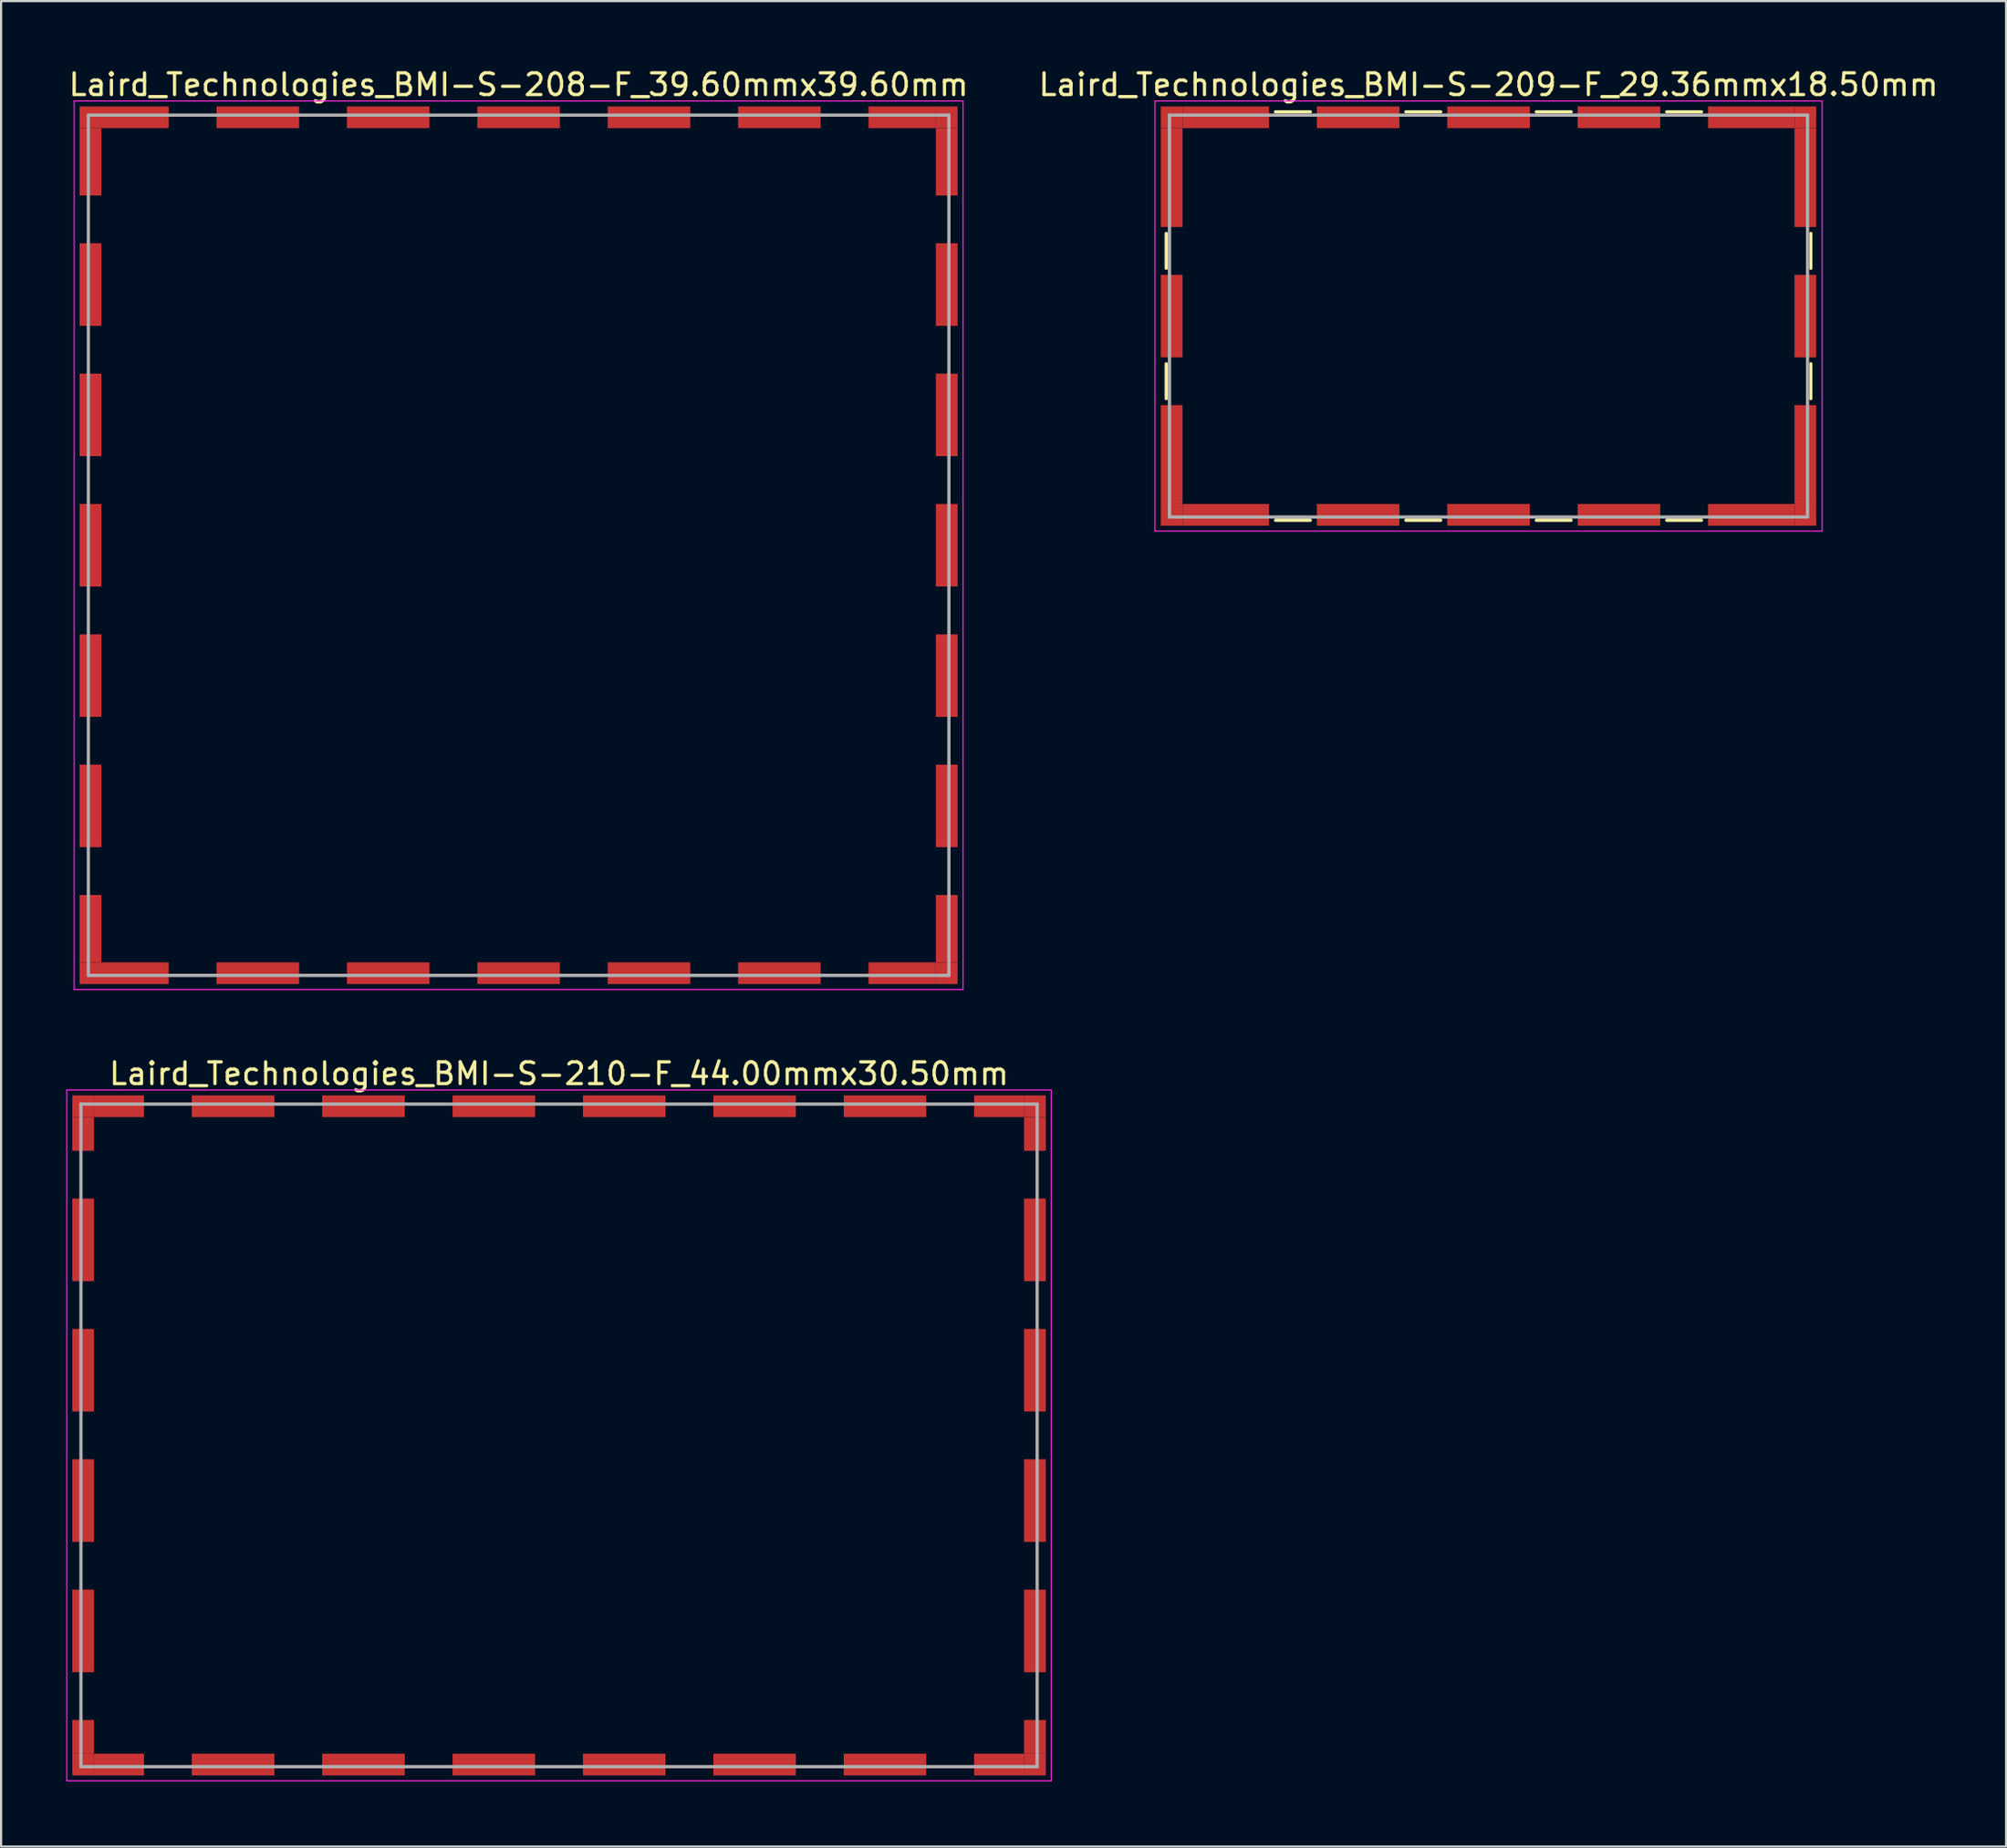
<source format=kicad_pcb>
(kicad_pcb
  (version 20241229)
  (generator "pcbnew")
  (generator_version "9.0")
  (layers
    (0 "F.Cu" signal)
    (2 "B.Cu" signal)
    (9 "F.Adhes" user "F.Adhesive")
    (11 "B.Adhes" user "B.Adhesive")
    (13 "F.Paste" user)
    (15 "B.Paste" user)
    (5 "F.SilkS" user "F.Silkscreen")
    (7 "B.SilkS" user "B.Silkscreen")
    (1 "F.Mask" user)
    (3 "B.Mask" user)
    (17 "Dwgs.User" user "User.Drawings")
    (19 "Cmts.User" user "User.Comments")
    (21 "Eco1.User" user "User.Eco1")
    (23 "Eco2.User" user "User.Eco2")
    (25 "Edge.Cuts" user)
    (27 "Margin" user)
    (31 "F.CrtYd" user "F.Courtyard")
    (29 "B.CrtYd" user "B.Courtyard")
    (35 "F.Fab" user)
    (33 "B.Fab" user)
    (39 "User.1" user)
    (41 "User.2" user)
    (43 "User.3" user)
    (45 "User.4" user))
  (footprint "Laird_Technologies_BMI-S-208-F_39.60mmx39.60mm"
    (layer "F.Cu")
    (at 20.815 22.048)
    (property "Reference" "Laird_Technologies_BMI-S-208-F_39.60mmx39.60mm" (at 0 -21.2 0) (layer "F.SilkS") (effects (font (size 1 1) (thickness 0.15))))
    (attr smd)
    (fp_line (start -20.45 -20.45) (end -20.45 20.45) (stroke (width 0.05) (type solid)) (layer "F.CrtYd"))
    (fp_line (start -20.45 20.45) (end 20.45 20.45) (stroke (width 0.05) (type solid)) (layer "F.CrtYd"))
    (fp_line (start 20.45 -20.45) (end -20.45 -20.45) (stroke (width 0.05) (type solid)) (layer "F.CrtYd"))
    (fp_line (start 20.45 20.45) (end 20.45 -20.45) (stroke (width 0.05) (type solid)) (layer "F.CrtYd"))
    (fp_line (start -19.8 -19.8) (end -19.8 19.8) (stroke (width 0.15) (type solid)) (layer "F.Fab"))
    (fp_line (start -19.8 19.8) (end 19.8 19.8) (stroke (width 0.15) (type solid)) (layer "F.Fab"))
    (fp_line (start 19.8 -19.8) (end -19.8 -19.8) (stroke (width 0.15) (type solid)) (layer "F.Fab"))
    (fp_line (start 19.8 19.8) (end 19.8 -19.8) (stroke (width 0.15) (type solid)) (layer "F.Fab"))
    (pad "1" smd rect (at -19.7 -19.7) (size 1 1) (layers "F.Cu" "F.Mask"))
    (pad "1" smd rect (at -19.7 -17.65) (size 1 3.1) (layers "F.Cu" "F.Mask"))
    (pad "1" smd rect (at -19.7 -12) (size 1 3.8) (layers "F.Cu" "F.Mask"))
    (pad "1" smd rect (at -19.7 -6) (size 1 3.8) (layers "F.Cu" "F.Mask"))
    (pad "1" smd rect (at -19.7 0) (size 1 3.8) (layers "F.Cu" "F.Mask"))
    (pad "1" smd rect (at -19.7 6) (size 1 3.8) (layers "F.Cu" "F.Mask"))
    (pad "1" smd rect (at -19.7 12) (size 1 3.8) (layers "F.Cu" "F.Mask"))
    (pad "1" smd rect (at -19.7 17.65) (size 1 3.1) (layers "F.Cu" "F.Mask"))
    (pad "1" smd rect (at -19.7 19.7) (size 1 1) (layers "F.Cu" "F.Mask"))
    (pad "1" smd rect (at -17.65 -19.7) (size 3.1 1) (layers "F.Cu" "F.Mask"))
    (pad "1" smd rect (at -17.65 19.7) (size 3.1 1) (layers "F.Cu" "F.Mask"))
    (pad "1" smd rect (at -12 -19.7) (size 3.8 1) (layers "F.Cu" "F.Mask"))
    (pad "1" smd rect (at -12 19.7) (size 3.8 1) (layers "F.Cu" "F.Mask"))
    (pad "1" smd rect (at -6 -19.7) (size 3.8 1) (layers "F.Cu" "F.Mask"))
    (pad "1" smd rect (at -6 19.7) (size 3.8 1) (layers "F.Cu" "F.Mask"))
    (pad "1" smd rect (at 0 -19.7) (size 3.8 1) (layers "F.Cu" "F.Mask"))
    (pad "1" smd rect (at 0 19.7) (size 3.8 1) (layers "F.Cu" "F.Mask"))
    (pad "1" smd rect (at 6 -19.7) (size 3.8 1) (layers "F.Cu" "F.Mask"))
    (pad "1" smd rect (at 6 19.7) (size 3.8 1) (layers "F.Cu" "F.Mask"))
    (pad "1" smd rect (at 12 -19.7) (size 3.8 1) (layers "F.Cu" "F.Mask"))
    (pad "1" smd rect (at 12 19.7) (size 3.8 1) (layers "F.Cu" "F.Mask"))
    (pad "1" smd rect (at 17.65 -19.7) (size 3.1 1) (layers "F.Cu" "F.Mask"))
    (pad "1" smd rect (at 17.65 19.7) (size 3.1 1) (layers "F.Cu" "F.Mask"))
    (pad "1" smd rect (at 19.7 -19.7) (size 1 1) (layers "F.Cu" "F.Mask"))
    (pad "1" smd rect (at 19.7 -17.65) (size 1 3.1) (layers "F.Cu" "F.Mask"))
    (pad "1" smd rect (at 19.7 -12) (size 1 3.8) (layers "F.Cu" "F.Mask"))
    (pad "1" smd rect (at 19.7 -6) (size 1 3.8) (layers "F.Cu" "F.Mask"))
    (pad "1" smd rect (at 19.7 0) (size 1 3.8) (layers "F.Cu" "F.Mask"))
    (pad "1" smd rect (at 19.7 6) (size 1 3.8) (layers "F.Cu" "F.Mask"))
    (pad "1" smd rect (at 19.7 12) (size 1 3.8) (layers "F.Cu" "F.Mask"))
    (pad "1" smd rect (at 19.7 17.65) (size 1 3.1) (layers "F.Cu" "F.Mask"))
    (pad "1" smd rect (at 19.7 19.7) (size 1 1) (layers "F.Cu" "F.Mask")))
  (footprint "Laird_Technologies_BMI-S-210-F_44.00mmx30.50mm"
    (layer "F.Cu")
    (at 22.675 63.022)
    (property "Reference" "Laird_Technologies_BMI-S-210-F_44.00mmx30.50mm" (at 0 -16.65 0) (layer "F.SilkS") (effects (font (size 1 1) (thickness 0.15))))
    (attr smd)
    (fp_line (start -22.65 -15.9) (end -22.65 15.9) (stroke (width 0.05) (type solid)) (layer "F.CrtYd"))
    (fp_line (start -22.65 15.9) (end 22.65 15.9) (stroke (width 0.05) (type solid)) (layer "F.CrtYd"))
    (fp_line (start 22.65 -15.9) (end -22.65 -15.9) (stroke (width 0.05) (type solid)) (layer "F.CrtYd"))
    (fp_line (start 22.65 15.9) (end 22.65 -15.9) (stroke (width 0.05) (type solid)) (layer "F.CrtYd"))
    (fp_line (start -22 -15.25) (end -22 15.25) (stroke (width 0.15) (type solid)) (layer "F.Fab"))
    (fp_line (start -22 15.25) (end 22 15.25) (stroke (width 0.15) (type solid)) (layer "F.Fab"))
    (fp_line (start 22 -15.25) (end -22 -15.25) (stroke (width 0.15) (type solid)) (layer "F.Fab"))
    (fp_line (start 22 15.25) (end 22 -15.25) (stroke (width 0.15) (type solid)) (layer "F.Fab"))
    (pad "1" smd rect (at -21.9 -15.15) (size 1 1) (layers "F.Cu" "F.Mask"))
    (pad "1" smd rect (at -21.9 -13.875) (size 1 1.55) (layers "F.Cu" "F.Mask"))
    (pad "1" smd rect (at -21.9 -9) (size 1 3.8) (layers "F.Cu" "F.Mask"))
    (pad "1" smd rect (at -21.9 -3) (size 1 3.8) (layers "F.Cu" "F.Mask"))
    (pad "1" smd rect (at -21.9 3) (size 1 3.8) (layers "F.Cu" "F.Mask"))
    (pad "1" smd rect (at -21.9 9) (size 1 3.8) (layers "F.Cu" "F.Mask"))
    (pad "1" smd rect (at -21.9 13.875) (size 1 1.55) (layers "F.Cu" "F.Mask"))
    (pad "1" smd rect (at -21.9 15.15) (size 1 1) (layers "F.Cu" "F.Mask"))
    (pad "1" smd rect (at -20.25 -15.15) (size 2.3 1) (layers "F.Cu" "F.Mask"))
    (pad "1" smd rect (at -20.25 15.15) (size 2.3 1) (layers "F.Cu" "F.Mask"))
    (pad "1" smd rect (at -15 -15.15) (size 3.8 1) (layers "F.Cu" "F.Mask"))
    (pad "1" smd rect (at -15 15.15) (size 3.8 1) (layers "F.Cu" "F.Mask"))
    (pad "1" smd rect (at -9 -15.15) (size 3.8 1) (layers "F.Cu" "F.Mask"))
    (pad "1" smd rect (at -9 15.15) (size 3.8 1) (layers "F.Cu" "F.Mask"))
    (pad "1" smd rect (at -3 -15.15) (size 3.8 1) (layers "F.Cu" "F.Mask"))
    (pad "1" smd rect (at -3 15.15) (size 3.8 1) (layers "F.Cu" "F.Mask"))
    (pad "1" smd rect (at 3 -15.15) (size 3.8 1) (layers "F.Cu" "F.Mask"))
    (pad "1" smd rect (at 3 15.15) (size 3.8 1) (layers "F.Cu" "F.Mask"))
    (pad "1" smd rect (at 9 -15.15) (size 3.8 1) (layers "F.Cu" "F.Mask"))
    (pad "1" smd rect (at 9 15.15) (size 3.8 1) (layers "F.Cu" "F.Mask"))
    (pad "1" smd rect (at 15 -15.15) (size 3.8 1) (layers "F.Cu" "F.Mask"))
    (pad "1" smd rect (at 15 15.15) (size 3.8 1) (layers "F.Cu" "F.Mask"))
    (pad "1" smd rect (at 20.25 -15.15) (size 2.3 1) (layers "F.Cu" "F.Mask"))
    (pad "1" smd rect (at 20.25 15.15) (size 2.3 1) (layers "F.Cu" "F.Mask"))
    (pad "1" smd rect (at 21.9 -15.15) (size 1 1) (layers "F.Cu" "F.Mask"))
    (pad "1" smd rect (at 21.9 -13.875) (size 1 1.55) (layers "F.Cu" "F.Mask"))
    (pad "1" smd rect (at 21.9 -9) (size 1 3.8) (layers "F.Cu" "F.Mask"))
    (pad "1" smd rect (at 21.9 -3) (size 1 3.8) (layers "F.Cu" "F.Mask"))
    (pad "1" smd rect (at 21.9 3) (size 1 3.8) (layers "F.Cu" "F.Mask"))
    (pad "1" smd rect (at 21.9 9) (size 1 3.8) (layers "F.Cu" "F.Mask"))
    (pad "1" smd rect (at 21.9 13.875) (size 1 1.55) (layers "F.Cu" "F.Mask"))
    (pad "1" smd rect (at 21.9 15.15) (size 1 1) (layers "F.Cu" "F.Mask")))
  (footprint "Laird_Technologies_BMI-S-209-F_29.36mmx18.50mm"
    (layer "F.Cu")
    (at 65.446 11.498)
    (property "Reference" "Laird_Technologies_BMI-S-209-F_29.36mmx18.50mm" (at 0 -10.65 0) (layer "F.SilkS") (effects (font (size 1 1) (thickness 0.15))))
    (attr smd)
    (fp_line (start -14.83 -3.8) (end -14.83 -2.2) (stroke (width 0.15) (type solid)) (layer "F.SilkS"))
    (fp_line (start -14.83 2.2) (end -14.83 3.8) (stroke (width 0.15) (type solid)) (layer "F.SilkS"))
    (fp_line (start -9.8 -9.4) (end -8.2 -9.4) (stroke (width 0.15) (type solid)) (layer "F.SilkS"))
    (fp_line (start -9.8 9.4) (end -8.2 9.4) (stroke (width 0.15) (type solid)) (layer "F.SilkS"))
    (fp_line (start -3.8 -9.4) (end -2.2 -9.4) (stroke (width 0.15) (type solid)) (layer "F.SilkS"))
    (fp_line (start -3.8 9.4) (end -2.2 9.4) (stroke (width 0.15) (type solid)) (layer "F.SilkS"))
    (fp_line (start 2.2 -9.4) (end 3.8 -9.4) (stroke (width 0.15) (type solid)) (layer "F.SilkS"))
    (fp_line (start 2.2 9.4) (end 3.8 9.4) (stroke (width 0.15) (type solid)) (layer "F.SilkS"))
    (fp_line (start 8.2 -9.4) (end 9.8 -9.4) (stroke (width 0.15) (type solid)) (layer "F.SilkS"))
    (fp_line (start 8.2 9.4) (end 9.8 9.4) (stroke (width 0.15) (type solid)) (layer "F.SilkS"))
    (fp_line (start 14.83 -3.8) (end 14.83 -2.2) (stroke (width 0.15) (type solid)) (layer "F.SilkS"))
    (fp_line (start 14.83 2.2) (end 14.83 3.8) (stroke (width 0.15) (type solid)) (layer "F.SilkS"))
    (fp_line (start -15.35 -9.9) (end -15.35 9.9) (stroke (width 0.05) (type solid)) (layer "F.CrtYd"))
    (fp_line (start -15.35 9.9) (end 15.35 9.9) (stroke (width 0.05) (type solid)) (layer "F.CrtYd"))
    (fp_line (start 15.35 -9.9) (end -15.35 -9.9) (stroke (width 0.05) (type solid)) (layer "F.CrtYd"))
    (fp_line (start 15.35 9.9) (end 15.35 -9.9) (stroke (width 0.05) (type solid)) (layer "F.CrtYd"))
    (fp_line (start -14.68 -9.25) (end -14.68 9.25) (stroke (width 0.15) (type solid)) (layer "F.Fab"))
    (fp_line (start -14.68 9.25) (end 14.68 9.25) (stroke (width 0.15) (type solid)) (layer "F.Fab"))
    (fp_line (start 14.68 -9.25) (end -14.68 -9.25) (stroke (width 0.15) (type solid)) (layer "F.Fab"))
    (fp_line (start 14.68 9.25) (end 14.68 -9.25) (stroke (width 0.15) (type solid)) (layer "F.Fab"))
    (pad "1" smd rect (at -14.58 -9.15) (size 1 1) (layers "F.Cu" "F.Mask"))
    (pad "1" smd rect (at -14.58 -6.375) (size 1 4.55) (layers "F.Cu" "F.Mask"))
    (pad "1" smd rect (at -14.58 0) (size 1 3.8) (layers "F.Cu" "F.Mask"))
    (pad "1" smd rect (at -14.58 6.375) (size 1 4.55) (layers "F.Cu" "F.Mask"))
    (pad "1" smd rect (at -14.58 9.15) (size 1 1) (layers "F.Cu" "F.Mask"))
    (pad "1" smd rect (at -12.09 -9.15) (size 3.98 1) (layers "F.Cu" "F.Mask"))
    (pad "1" smd rect (at -12.09 9.15) (size 3.98 1) (layers "F.Cu" "F.Mask"))
    (pad "1" smd rect (at -6 -9.15) (size 3.8 1) (layers "F.Cu" "F.Mask"))
    (pad "1" smd rect (at -6 9.15) (size 3.8 1) (layers "F.Cu" "F.Mask"))
    (pad "1" smd rect (at 0 -9.15) (size 3.8 1) (layers "F.Cu" "F.Mask"))
    (pad "1" smd rect (at 0 9.15) (size 3.8 1) (layers "F.Cu" "F.Mask"))
    (pad "1" smd rect (at 6 -9.15) (size 3.8 1) (layers "F.Cu" "F.Mask"))
    (pad "1" smd rect (at 6 9.15) (size 3.8 1) (layers "F.Cu" "F.Mask"))
    (pad "1" smd rect (at 12.09 -9.15) (size 3.98 1) (layers "F.Cu" "F.Mask"))
    (pad "1" smd rect (at 12.09 9.15) (size 3.98 1) (layers "F.Cu" "F.Mask"))
    (pad "1" smd rect (at 14.58 -9.15) (size 1 1) (layers "F.Cu" "F.Mask"))
    (pad "1" smd rect (at 14.58 -6.375) (size 1 4.55) (layers "F.Cu" "F.Mask"))
    (pad "1" smd rect (at 14.58 0) (size 1 3.8) (layers "F.Cu" "F.Mask"))
    (pad "1" smd rect (at 14.58 6.375) (size 1 4.55) (layers "F.Cu" "F.Mask"))
    (pad "1" smd rect (at 14.58 9.15) (size 1 1) (layers "F.Cu" "F.Mask")))
  (gr_rect
    (start -3 -3)
    (end 89.262 81.947)
    (stroke (width 0.1) (type default))
    (fill no)
    (layer "Edge.Cuts")))
</source>
